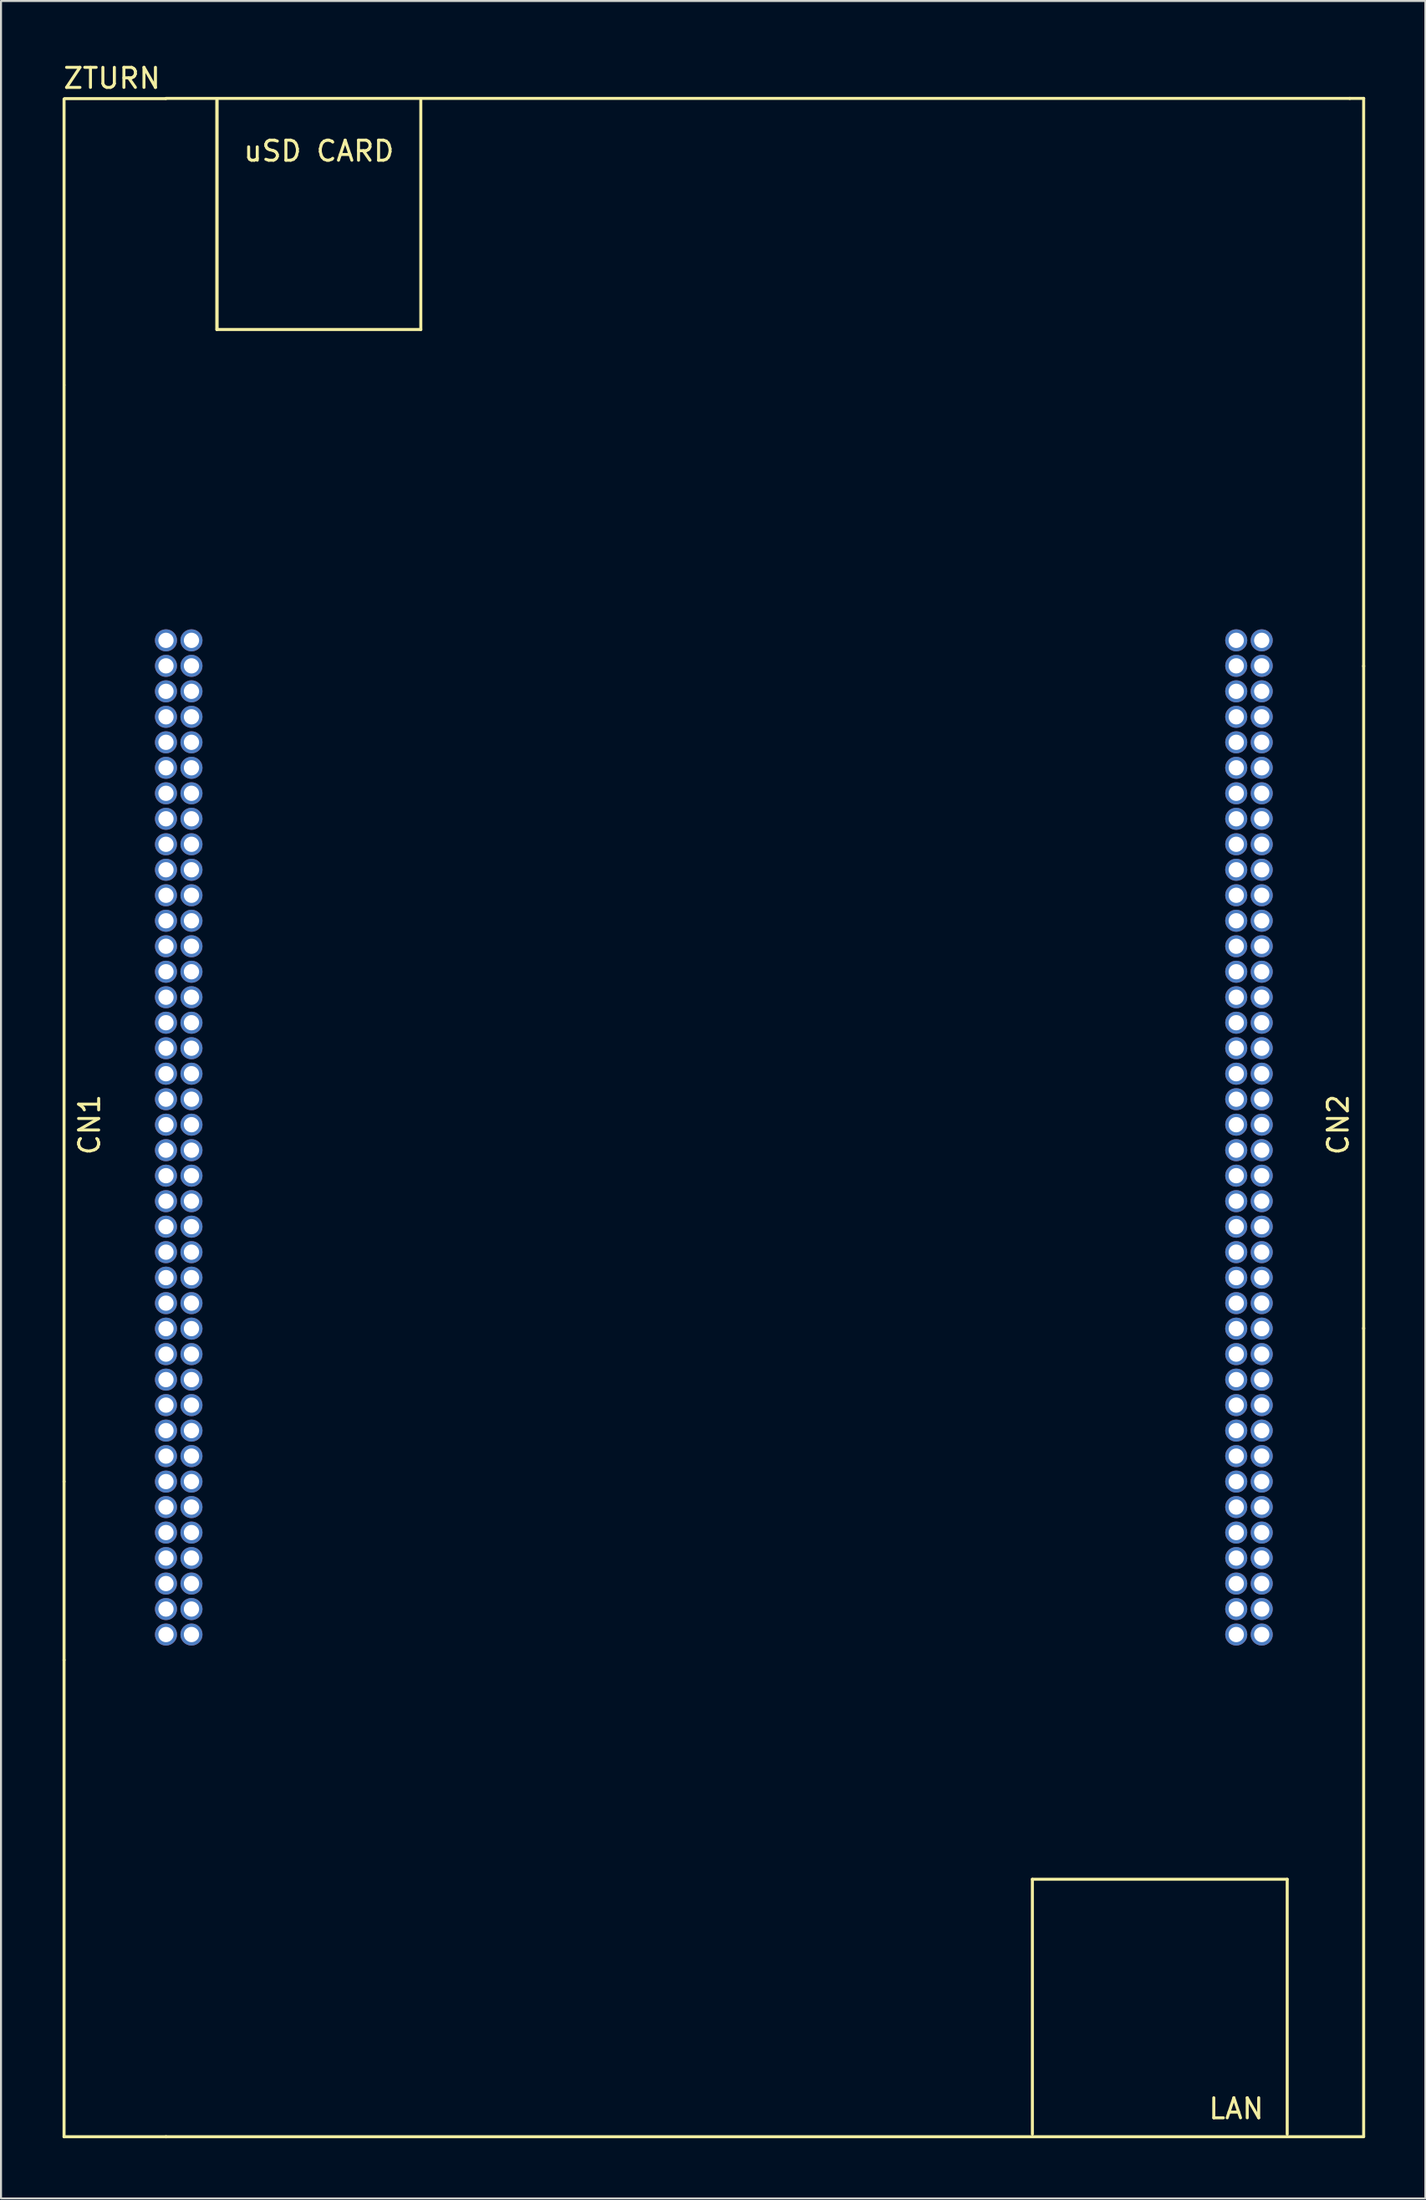
<source format=kicad_pcb>
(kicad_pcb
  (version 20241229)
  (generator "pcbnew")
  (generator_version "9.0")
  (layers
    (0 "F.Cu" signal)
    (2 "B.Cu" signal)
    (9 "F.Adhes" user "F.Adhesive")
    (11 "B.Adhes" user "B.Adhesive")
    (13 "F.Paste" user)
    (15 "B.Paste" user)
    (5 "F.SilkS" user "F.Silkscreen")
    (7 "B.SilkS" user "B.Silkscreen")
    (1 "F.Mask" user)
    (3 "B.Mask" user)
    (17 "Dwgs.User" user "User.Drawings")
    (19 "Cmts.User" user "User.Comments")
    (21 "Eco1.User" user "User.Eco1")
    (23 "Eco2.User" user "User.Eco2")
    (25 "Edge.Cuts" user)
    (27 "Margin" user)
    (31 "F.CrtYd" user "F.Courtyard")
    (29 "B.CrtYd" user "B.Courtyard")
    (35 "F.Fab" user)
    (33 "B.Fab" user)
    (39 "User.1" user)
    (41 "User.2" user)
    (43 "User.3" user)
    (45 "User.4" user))
  (footprint "ZTURN"
    (layer "F.Cu")
    (at 5.222 28.852)
    (property "Reference" "ZTURN" (at -2.692 -28.003 0) (layer "F.SilkS") (effects (font (size 1 1) (thickness 0.15))))
    (attr through_hole)
    (fp_line (start -5.08 -12.738) (end -5.08 -26.962) (stroke (width 0.15) (type solid)) (layer "F.SilkS"))
    (fp_line (start -5.08 41.91) (end -5.08 -12.7) (stroke (width 0.15) (type solid)) (layer "F.SilkS"))
    (fp_line (start -5.08 41.91) (end -5.08 50.8) (stroke (width 0.15) (type solid)) (layer "F.SilkS"))
    (fp_line (start -5.08 50.8) (end -5.08 74.549) (stroke (width 0.15) (type solid)) (layer "F.SilkS"))
    (fp_line (start -0.013 -26.988) (end -5.055 -26.988) (stroke (width 0.15) (type solid)) (layer "F.SilkS"))
    (fp_line (start 0 -27) (end 59 -27) (stroke (width 0.15) (type solid)) (layer "F.SilkS"))
    (fp_line (start 0 74.549) (end -5.08 74.549) (stroke (width 0.15) (type solid)) (layer "F.SilkS"))
    (fp_line (start 0 74.549) (end 59.69 74.549) (stroke (width 0.15) (type solid)) (layer "F.SilkS"))
    (fp_line (start 2.54 -26.915) (end 2.54 -15.485) (stroke (width 0.15) (type solid)) (layer "F.SilkS"))
    (fp_line (start 2.54 -15.485) (end 2.54 -26.915) (stroke (width 0.15) (type solid)) (layer "F.SilkS"))
    (fp_line (start 2.54 -15.485) (end 12.7 -15.485) (stroke (width 0.15) (type solid)) (layer "F.SilkS"))
    (fp_line (start 12.7 -15.485) (end 12.7 -26.915) (stroke (width 0.15) (type solid)) (layer "F.SilkS"))
    (fp_line (start 43.18 61.722) (end 55.88 61.722) (stroke (width 0.15) (type solid)) (layer "F.SilkS"))
    (fp_line (start 43.18 74.422) (end 43.18 61.722) (stroke (width 0.15) (type solid)) (layer "F.SilkS"))
    (fp_line (start 55.88 61.722) (end 55.88 74.422) (stroke (width 0.15) (type solid)) (layer "F.SilkS"))
    (fp_line (start 58.992 -27) (end 59.69 -27) (stroke (width 0.15) (type solid)) (layer "F.SilkS"))
    (fp_line (start 59.69 1.27) (end 59.69 34.29) (stroke (width 0.15) (type solid)) (layer "F.SilkS"))
    (fp_line (start 59.69 1.295) (end 59.69 -27) (stroke (width 0.15) (type solid)) (layer "F.SilkS"))
    (fp_line (start 59.69 34.265) (end 59.69 74.536) (stroke (width 0.15) (type solid)) (layer "F.SilkS"))
    (fp_text user "uSD CARD" (at 7.62 -24.375 0) (layer "F.SilkS") (effects (font (size 1 1) (thickness 0.15))))
    (fp_text user "LAN" (at 53.34 73.152 0) (layer "F.SilkS") (effects (font (size 1 1) (thickness 0.15))))
    (fp_text user "CN1" (at -3.81 24.13 90) (layer "F.SilkS") (effects (font (size 1 1) (thickness 0.15))))
    (fp_text user "CN2" (at 58.42 24.13 90) (layer "F.SilkS") (effects (font (size 1 1) (thickness 0.15))))
    (pad "1" thru_hole oval (at 1.27 0) (size 1.1 1.1) (drill 0.76) (layers "*.Cu" "*.Mask"))
    (pad "1-2" thru_hole oval (at 54.61 0) (size 1.1 1.1) (drill 0.76) (layers "*.Cu" "*.Mask"))
    (pad "2" thru_hole oval (at 0 0) (size 1.1 1.1) (drill 0.76) (layers "*.Cu" "*.Mask"))
    (pad "2-2" thru_hole oval (at 53.34 0) (size 1.1 1.1) (drill 0.76) (layers "*.Cu" "*.Mask"))
    (pad "3" thru_hole oval (at 1.27 1.27) (size 1.1 1.1) (drill 0.76) (layers "*.Cu" "*.Mask"))
    (pad "3-2" thru_hole oval (at 54.61 1.27) (size 1.1 1.1) (drill 0.76) (layers "*.Cu" "*.Mask"))
    (pad "4" thru_hole oval (at 0 1.27) (size 1.1 1.1) (drill 0.76) (layers "*.Cu" "*.Mask"))
    (pad "4-2" thru_hole oval (at 53.34 1.27) (size 1.1 1.1) (drill 0.76) (layers "*.Cu" "*.Mask"))
    (pad "5" thru_hole oval (at 1.27 2.54) (size 1.1 1.1) (drill 0.76) (layers "*.Cu" "*.Mask"))
    (pad "5-2" thru_hole oval (at 54.61 2.54) (size 1.1 1.1) (drill 0.76) (layers "*.Cu" "*.Mask"))
    (pad "6" thru_hole oval (at 0 2.54) (size 1.1 1.1) (drill 0.76) (layers "*.Cu" "*.Mask"))
    (pad "6-2" thru_hole oval (at 53.34 2.54) (size 1.1 1.1) (drill 0.76) (layers "*.Cu" "*.Mask"))
    (pad "7" thru_hole oval (at 1.27 3.81) (size 1.1 1.1) (drill 0.76) (layers "*.Cu" "*.Mask"))
    (pad "7-2" thru_hole oval (at 54.61 3.81) (size 1.1 1.1) (drill 0.76) (layers "*.Cu" "*.Mask"))
    (pad "8" thru_hole oval (at 0 3.81) (size 1.1 1.1) (drill 0.76) (layers "*.Cu" "*.Mask"))
    (pad "8-2" thru_hole oval (at 53.34 3.81) (size 1.1 1.1) (drill 0.76) (layers "*.Cu" "*.Mask"))
    (pad "9" thru_hole oval (at 1.27 5.08) (size 1.1 1.1) (drill 0.76) (layers "*.Cu" "*.Mask"))
    (pad "9-2" thru_hole oval (at 54.61 5.08) (size 1.1 1.1) (drill 0.76) (layers "*.Cu" "*.Mask"))
    (pad "10" thru_hole oval (at 0 5.08) (size 1.1 1.1) (drill 0.76) (layers "*.Cu" "*.Mask"))
    (pad "10-2" thru_hole oval (at 53.34 5.08) (size 1.1 1.1) (drill 0.76) (layers "*.Cu" "*.Mask"))
    (pad "11" thru_hole oval (at 1.27 6.35) (size 1.1 1.1) (drill 0.76) (layers "*.Cu" "*.Mask"))
    (pad "11-2" thru_hole oval (at 54.61 6.35) (size 1.1 1.1) (drill 0.76) (layers "*.Cu" "*.Mask"))
    (pad "12" thru_hole oval (at 0 6.35) (size 1.1 1.1) (drill 0.76) (layers "*.Cu" "*.Mask"))
    (pad "12-2" thru_hole oval (at 53.34 6.35) (size 1.1 1.1) (drill 0.76) (layers "*.Cu" "*.Mask"))
    (pad "13" thru_hole oval (at 1.27 7.62) (size 1.1 1.1) (drill 0.76) (layers "*.Cu" "*.Mask"))
    (pad "13-2" thru_hole oval (at 54.61 7.62) (size 1.1 1.1) (drill 0.76) (layers "*.Cu" "*.Mask"))
    (pad "14" thru_hole oval (at 0 7.62) (size 1.1 1.1) (drill 0.76) (layers "*.Cu" "*.Mask"))
    (pad "14-2" thru_hole oval (at 53.34 7.62) (size 1.1 1.1) (drill 0.76) (layers "*.Cu" "*.Mask"))
    (pad "15" thru_hole oval (at 1.27 8.89) (size 1.1 1.1) (drill 0.76) (layers "*.Cu" "*.Mask"))
    (pad "15-2" thru_hole oval (at 54.61 8.89) (size 1.1 1.1) (drill 0.76) (layers "*.Cu" "*.Mask"))
    (pad "16" thru_hole oval (at 0 8.89) (size 1.1 1.1) (drill 0.76) (layers "*.Cu" "*.Mask"))
    (pad "16-2" thru_hole oval (at 53.34 8.89) (size 1.1 1.1) (drill 0.76) (layers "*.Cu" "*.Mask"))
    (pad "17" thru_hole oval (at 1.27 10.16) (size 1.1 1.1) (drill 0.76) (layers "*.Cu" "*.Mask"))
    (pad "17-2" thru_hole oval (at 54.61 10.16) (size 1.1 1.1) (drill 0.76) (layers "*.Cu" "*.Mask"))
    (pad "18" thru_hole oval (at 0 10.16) (size 1.1 1.1) (drill 0.76) (layers "*.Cu" "*.Mask"))
    (pad "18-2" thru_hole oval (at 53.34 10.16) (size 1.1 1.1) (drill 0.76) (layers "*.Cu" "*.Mask"))
    (pad "19" thru_hole oval (at 1.27 11.43) (size 1.1 1.1) (drill 0.76) (layers "*.Cu" "*.Mask"))
    (pad "19-2" thru_hole oval (at 54.61 11.43) (size 1.1 1.1) (drill 0.76) (layers "*.Cu" "*.Mask"))
    (pad "20" thru_hole oval (at 0 11.43) (size 1.1 1.1) (drill 0.76) (layers "*.Cu" "*.Mask"))
    (pad "20-2" thru_hole oval (at 53.34 11.43) (size 1.1 1.1) (drill 0.76) (layers "*.Cu" "*.Mask"))
    (pad "21" thru_hole oval (at 1.27 12.7) (size 1.1 1.1) (drill 0.76) (layers "*.Cu" "*.Mask"))
    (pad "21-2" thru_hole oval (at 54.61 12.7) (size 1.1 1.1) (drill 0.76) (layers "*.Cu" "*.Mask"))
    (pad "22" thru_hole oval (at 0 12.7) (size 1.1 1.1) (drill 0.76) (layers "*.Cu" "*.Mask"))
    (pad "22-2" thru_hole oval (at 53.34 12.7) (size 1.1 1.1) (drill 0.76) (layers "*.Cu" "*.Mask"))
    (pad "23" thru_hole oval (at 1.27 13.97) (size 1.1 1.1) (drill 0.76) (layers "*.Cu" "*.Mask"))
    (pad "23-2" thru_hole oval (at 54.61 13.97) (size 1.1 1.1) (drill 0.76) (layers "*.Cu" "*.Mask"))
    (pad "24" thru_hole oval (at 0 13.97) (size 1.1 1.1) (drill 0.76) (layers "*.Cu" "*.Mask"))
    (pad "24-2" thru_hole oval (at 53.34 13.97) (size 1.1 1.1) (drill 0.76) (layers "*.Cu" "*.Mask"))
    (pad "25" thru_hole oval (at 1.27 15.24) (size 1.1 1.1) (drill 0.76) (layers "*.Cu" "*.Mask"))
    (pad "25-2" thru_hole oval (at 54.61 15.24) (size 1.1 1.1) (drill 0.76) (layers "*.Cu" "*.Mask"))
    (pad "26" thru_hole oval (at 0 15.24) (size 1.1 1.1) (drill 0.76) (layers "*.Cu" "*.Mask"))
    (pad "26-2" thru_hole oval (at 53.34 15.24) (size 1.1 1.1) (drill 0.76) (layers "*.Cu" "*.Mask"))
    (pad "27" thru_hole oval (at 1.27 16.51) (size 1.1 1.1) (drill 0.76) (layers "*.Cu" "*.Mask"))
    (pad "27-2" thru_hole oval (at 54.61 16.51) (size 1.1 1.1) (drill 0.76) (layers "*.Cu" "*.Mask"))
    (pad "28" thru_hole oval (at 0 16.51) (size 1.1 1.1) (drill 0.76) (layers "*.Cu" "*.Mask"))
    (pad "28-2" thru_hole oval (at 53.34 16.51) (size 1.1 1.1) (drill 0.76) (layers "*.Cu" "*.Mask"))
    (pad "29" thru_hole oval (at 1.27 17.78) (size 1.1 1.1) (drill 0.76) (layers "*.Cu" "*.Mask"))
    (pad "29-2" thru_hole oval (at 54.61 17.78) (size 1.1 1.1) (drill 0.76) (layers "*.Cu" "*.Mask"))
    (pad "30" thru_hole oval (at 0 17.78) (size 1.1 1.1) (drill 0.76) (layers "*.Cu" "*.Mask"))
    (pad "30-2" thru_hole oval (at 53.34 17.78) (size 1.1 1.1) (drill 0.76) (layers "*.Cu" "*.Mask"))
    (pad "31" thru_hole oval (at 1.27 19.05) (size 1.1 1.1) (drill 0.76) (layers "*.Cu" "*.Mask"))
    (pad "31-2" thru_hole oval (at 54.61 19.05) (size 1.1 1.1) (drill 0.76) (layers "*.Cu" "*.Mask"))
    (pad "32" thru_hole oval (at 0 19.05) (size 1.1 1.1) (drill 0.76) (layers "*.Cu" "*.Mask"))
    (pad "32-2" thru_hole oval (at 53.34 19.05) (size 1.1 1.1) (drill 0.76) (layers "*.Cu" "*.Mask"))
    (pad "33" thru_hole oval (at 1.27 20.32) (size 1.1 1.1) (drill 0.76) (layers "*.Cu" "*.Mask"))
    (pad "33-2" thru_hole oval (at 54.61 20.32) (size 1.1 1.1) (drill 0.76) (layers "*.Cu" "*.Mask"))
    (pad "34" thru_hole oval (at 0 20.32) (size 1.1 1.1) (drill 0.76) (layers "*.Cu" "*.Mask"))
    (pad "34-2" thru_hole oval (at 53.34 20.32) (size 1.1 1.1) (drill 0.76) (layers "*.Cu" "*.Mask"))
    (pad "35" thru_hole oval (at 1.27 21.59) (size 1.1 1.1) (drill 0.76) (layers "*.Cu" "*.Mask"))
    (pad "35-2" thru_hole oval (at 54.61 21.59) (size 1.1 1.1) (drill 0.76) (layers "*.Cu" "*.Mask"))
    (pad "36" thru_hole oval (at 0 21.59) (size 1.1 1.1) (drill 0.76) (layers "*.Cu" "*.Mask"))
    (pad "36-2" thru_hole oval (at 53.34 21.59) (size 1.1 1.1) (drill 0.76) (layers "*.Cu" "*.Mask"))
    (pad "37" thru_hole oval (at 1.27 22.86) (size 1.1 1.1) (drill 0.76) (layers "*.Cu" "*.Mask"))
    (pad "37-2" thru_hole oval (at 54.61 22.86) (size 1.1 1.1) (drill 0.76) (layers "*.Cu" "*.Mask"))
    (pad "38" thru_hole oval (at 0 22.86) (size 1.1 1.1) (drill 0.76) (layers "*.Cu" "*.Mask"))
    (pad "38-2" thru_hole oval (at 53.34 22.86) (size 1.1 1.1) (drill 0.76) (layers "*.Cu" "*.Mask"))
    (pad "39" thru_hole oval (at 1.27 24.13) (size 1.1 1.1) (drill 0.76) (layers "*.Cu" "*.Mask"))
    (pad "39-2" thru_hole oval (at 54.61 24.13) (size 1.1 1.1) (drill 0.76) (layers "*.Cu" "*.Mask"))
    (pad "40" thru_hole oval (at 0 24.13) (size 1.1 1.1) (drill 0.76) (layers "*.Cu" "*.Mask"))
    (pad "40-2" thru_hole oval (at 53.34 24.13) (size 1.1 1.1) (drill 0.76) (layers "*.Cu" "*.Mask"))
    (pad "41" thru_hole oval (at 1.27 25.4) (size 1.1 1.1) (drill 0.76) (layers "*.Cu" "*.Mask"))
    (pad "41-2" thru_hole oval (at 54.61 25.4) (size 1.1 1.1) (drill 0.76) (layers "*.Cu" "*.Mask"))
    (pad "42" thru_hole oval (at 0 25.4) (size 1.1 1.1) (drill 0.76) (layers "*.Cu" "*.Mask"))
    (pad "42-2" thru_hole oval (at 53.34 25.4) (size 1.1 1.1) (drill 0.76) (layers "*.Cu" "*.Mask"))
    (pad "43" thru_hole oval (at 1.27 26.67) (size 1.1 1.1) (drill 0.76) (layers "*.Cu" "*.Mask"))
    (pad "43-2" thru_hole oval (at 54.61 26.67) (size 1.1 1.1) (drill 0.76) (layers "*.Cu" "*.Mask"))
    (pad "44" thru_hole oval (at 0 26.67) (size 1.1 1.1) (drill 0.76) (layers "*.Cu" "*.Mask"))
    (pad "44-2" thru_hole oval (at 53.34 26.67) (size 1.1 1.1) (drill 0.76) (layers "*.Cu" "*.Mask"))
    (pad "45" thru_hole oval (at 1.27 27.94) (size 1.1 1.1) (drill 0.76) (layers "*.Cu" "*.Mask"))
    (pad "45-2" thru_hole oval (at 54.61 27.94) (size 1.1 1.1) (drill 0.76) (layers "*.Cu" "*.Mask"))
    (pad "46" thru_hole oval (at 0 27.94) (size 1.1 1.1) (drill 0.76) (layers "*.Cu" "*.Mask"))
    (pad "46-2" thru_hole oval (at 53.34 27.94) (size 1.1 1.1) (drill 0.76) (layers "*.Cu" "*.Mask"))
    (pad "47" thru_hole oval (at 1.27 29.21) (size 1.1 1.1) (drill 0.76) (layers "*.Cu" "*.Mask"))
    (pad "47-2" thru_hole oval (at 54.61 29.21) (size 1.1 1.1) (drill 0.76) (layers "*.Cu" "*.Mask"))
    (pad "48" thru_hole oval (at 0 29.21) (size 1.1 1.1) (drill 0.76) (layers "*.Cu" "*.Mask"))
    (pad "48-2" thru_hole oval (at 53.34 29.21) (size 1.1 1.1) (drill 0.76) (layers "*.Cu" "*.Mask"))
    (pad "49" thru_hole oval (at 1.27 30.48) (size 1.1 1.1) (drill 0.76) (layers "*.Cu" "*.Mask"))
    (pad "49-2" thru_hole oval (at 54.61 30.48) (size 1.1 1.1) (drill 0.76) (layers "*.Cu" "*.Mask"))
    (pad "50" thru_hole oval (at 0 30.48) (size 1.1 1.1) (drill 0.76) (layers "*.Cu" "*.Mask"))
    (pad "50-2" thru_hole oval (at 53.34 30.48) (size 1.1 1.1) (drill 0.76) (layers "*.Cu" "*.Mask"))
    (pad "51" thru_hole oval (at 1.27 31.75) (size 1.1 1.1) (drill 0.76) (layers "*.Cu" "*.Mask"))
    (pad "51-2" thru_hole oval (at 54.61 31.75) (size 1.1 1.1) (drill 0.76) (layers "*.Cu" "*.Mask"))
    (pad "52" thru_hole oval (at 0 31.75) (size 1.1 1.1) (drill 0.76) (layers "*.Cu" "*.Mask"))
    (pad "52-2" thru_hole oval (at 53.34 31.75) (size 1.1 1.1) (drill 0.76) (layers "*.Cu" "*.Mask"))
    (pad "53" thru_hole oval (at 1.27 33.02) (size 1.1 1.1) (drill 0.76) (layers "*.Cu" "*.Mask"))
    (pad "53-2" thru_hole oval (at 54.61 33.02) (size 1.1 1.1) (drill 0.76) (layers "*.Cu" "*.Mask"))
    (pad "54" thru_hole oval (at 0 33.02) (size 1.1 1.1) (drill 0.76) (layers "*.Cu" "*.Mask"))
    (pad "54-2" thru_hole oval (at 53.34 33.02) (size 1.1 1.1) (drill 0.76) (layers "*.Cu" "*.Mask"))
    (pad "55" thru_hole oval (at 1.27 34.29) (size 1.1 1.1) (drill 0.76) (layers "*.Cu" "*.Mask"))
    (pad "55-2" thru_hole oval (at 54.61 34.29) (size 1.1 1.1) (drill 0.76) (layers "*.Cu" "*.Mask"))
    (pad "56" thru_hole oval (at 0 34.29) (size 1.1 1.1) (drill 0.76) (layers "*.Cu" "*.Mask"))
    (pad "56-2" thru_hole oval (at 53.34 34.29) (size 1.1 1.1) (drill 0.76) (layers "*.Cu" "*.Mask"))
    (pad "57" thru_hole oval (at 1.27 35.56) (size 1.1 1.1) (drill 0.76) (layers "*.Cu" "*.Mask"))
    (pad "57-2" thru_hole oval (at 54.61 35.56) (size 1.1 1.1) (drill 0.76) (layers "*.Cu" "*.Mask"))
    (pad "58" thru_hole oval (at 0 35.56) (size 1.1 1.1) (drill 0.76) (layers "*.Cu" "*.Mask"))
    (pad "58-2" thru_hole oval (at 53.34 35.56) (size 1.1 1.1) (drill 0.76) (layers "*.Cu" "*.Mask"))
    (pad "59" thru_hole oval (at 1.27 36.83) (size 1.1 1.1) (drill 0.76) (layers "*.Cu" "*.Mask"))
    (pad "59-2" thru_hole oval (at 54.61 36.83) (size 1.1 1.1) (drill 0.76) (layers "*.Cu" "*.Mask"))
    (pad "60" thru_hole oval (at 0 36.83) (size 1.1 1.1) (drill 0.76) (layers "*.Cu" "*.Mask"))
    (pad "60-2" thru_hole oval (at 53.34 36.83) (size 1.1 1.1) (drill 0.76) (layers "*.Cu" "*.Mask"))
    (pad "61" thru_hole oval (at 1.27 38.1) (size 1.1 1.1) (drill 0.76) (layers "*.Cu" "*.Mask"))
    (pad "61-2" thru_hole oval (at 54.61 38.1) (size 1.1 1.1) (drill 0.76) (layers "*.Cu" "*.Mask"))
    (pad "62" thru_hole oval (at 0 38.1) (size 1.1 1.1) (drill 0.76) (layers "*.Cu" "*.Mask"))
    (pad "62-2" thru_hole oval (at 53.34 38.1) (size 1.1 1.1) (drill 0.76) (layers "*.Cu" "*.Mask"))
    (pad "63" thru_hole oval (at 1.27 39.37) (size 1.1 1.1) (drill 0.76) (layers "*.Cu" "*.Mask"))
    (pad "63-2" thru_hole oval (at 54.61 39.37) (size 1.1 1.1) (drill 0.76) (layers "*.Cu" "*.Mask"))
    (pad "64" thru_hole oval (at 0 39.37) (size 1.1 1.1) (drill 0.76) (layers "*.Cu" "*.Mask"))
    (pad "64-2" thru_hole oval (at 53.34 39.37) (size 1.1 1.1) (drill 0.76) (layers "*.Cu" "*.Mask"))
    (pad "65" thru_hole oval (at 1.27 40.64) (size 1.1 1.1) (drill 0.76) (layers "*.Cu" "*.Mask"))
    (pad "65-2" thru_hole oval (at 54.61 40.64) (size 1.1 1.1) (drill 0.76) (layers "*.Cu" "*.Mask"))
    (pad "66" thru_hole oval (at 0 40.64) (size 1.1 1.1) (drill 0.76) (layers "*.Cu" "*.Mask"))
    (pad "66-2" thru_hole oval (at 53.34 40.64) (size 1.1 1.1) (drill 0.76) (layers "*.Cu" "*.Mask"))
    (pad "67" thru_hole oval (at 1.27 41.91) (size 1.1 1.1) (drill 0.76) (layers "*.Cu" "*.Mask"))
    (pad "67-2" thru_hole oval (at 54.61 41.91) (size 1.1 1.1) (drill 0.76) (layers "*.Cu" "*.Mask"))
    (pad "68" thru_hole oval (at 0 41.91) (size 1.1 1.1) (drill 0.76) (layers "*.Cu" "*.Mask"))
    (pad "68-2" thru_hole oval (at 53.34 41.91) (size 1.1 1.1) (drill 0.76) (layers "*.Cu" "*.Mask"))
    (pad "69" thru_hole oval (at 1.27 43.18) (size 1.1 1.1) (drill 0.76) (layers "*.Cu" "*.Mask"))
    (pad "69-2" thru_hole oval (at 54.61 43.18) (size 1.1 1.1) (drill 0.76) (layers "*.Cu" "*.Mask"))
    (pad "70" thru_hole oval (at 0 43.18) (size 1.1 1.1) (drill 0.76) (layers "*.Cu" "*.Mask"))
    (pad "70-2" thru_hole oval (at 53.34 43.18) (size 1.1 1.1) (drill 0.76) (layers "*.Cu" "*.Mask"))
    (pad "71" thru_hole oval (at 1.27 44.45) (size 1.1 1.1) (drill 0.76) (layers "*.Cu" "*.Mask"))
    (pad "71-2" thru_hole oval (at 54.61 44.45) (size 1.1 1.1) (drill 0.76) (layers "*.Cu" "*.Mask"))
    (pad "72" thru_hole oval (at 0 44.45) (size 1.1 1.1) (drill 0.76) (layers "*.Cu" "*.Mask"))
    (pad "72-2" thru_hole oval (at 53.34 44.45) (size 1.1 1.1) (drill 0.76) (layers "*.Cu" "*.Mask"))
    (pad "73" thru_hole oval (at 1.27 45.72) (size 1.1 1.1) (drill 0.76) (layers "*.Cu" "*.Mask"))
    (pad "73-2" thru_hole oval (at 54.61 45.72) (size 1.1 1.1) (drill 0.76) (layers "*.Cu" "*.Mask"))
    (pad "74" thru_hole oval (at 0 45.72) (size 1.1 1.1) (drill 0.76) (layers "*.Cu" "*.Mask"))
    (pad "74-2" thru_hole oval (at 53.34 45.72) (size 1.1 1.1) (drill 0.76) (layers "*.Cu" "*.Mask"))
    (pad "75" thru_hole oval (at 1.27 46.99) (size 1.1 1.1) (drill 0.76) (layers "*.Cu" "*.Mask"))
    (pad "75-2" thru_hole oval (at 54.61 46.99) (size 1.1 1.1) (drill 0.76) (layers "*.Cu" "*.Mask"))
    (pad "76" thru_hole oval (at 0 46.99) (size 1.1 1.1) (drill 0.76) (layers "*.Cu" "*.Mask"))
    (pad "76-2" thru_hole oval (at 53.34 46.99) (size 1.1 1.1) (drill 0.76) (layers "*.Cu" "*.Mask"))
    (pad "77" thru_hole oval (at 1.27 48.26) (size 1.1 1.1) (drill 0.76) (layers "*.Cu" "*.Mask"))
    (pad "77-2" thru_hole oval (at 54.61 48.26) (size 1.1 1.1) (drill 0.76) (layers "*.Cu" "*.Mask"))
    (pad "78" thru_hole oval (at 0 48.26) (size 1.1 1.1) (drill 0.76) (layers "*.Cu" "*.Mask"))
    (pad "78-2" thru_hole oval (at 53.34 48.26) (size 1.1 1.1) (drill 0.76) (layers "*.Cu" "*.Mask"))
    (pad "79" thru_hole oval (at 1.27 49.53) (size 1.1 1.1) (drill 0.76) (layers "*.Cu" "*.Mask"))
    (pad "79-2" thru_hole oval (at 54.61 49.53) (size 1.1 1.1) (drill 0.76) (layers "*.Cu" "*.Mask"))
    (pad "80" thru_hole oval (at 0 49.53) (size 1.1 1.1) (drill 0.76) (layers "*.Cu" "*.Mask"))
    (pad "80-2" thru_hole oval (at 53.34 49.53) (size 1.1 1.1) (drill 0.76) (layers "*.Cu" "*.Mask")))
  (gr_rect
    (start -3 -3)
    (end 67.987 106.476)
    (stroke (width 0.1) (type default))
    (fill no)
    (layer "Edge.Cuts")))
</source>
